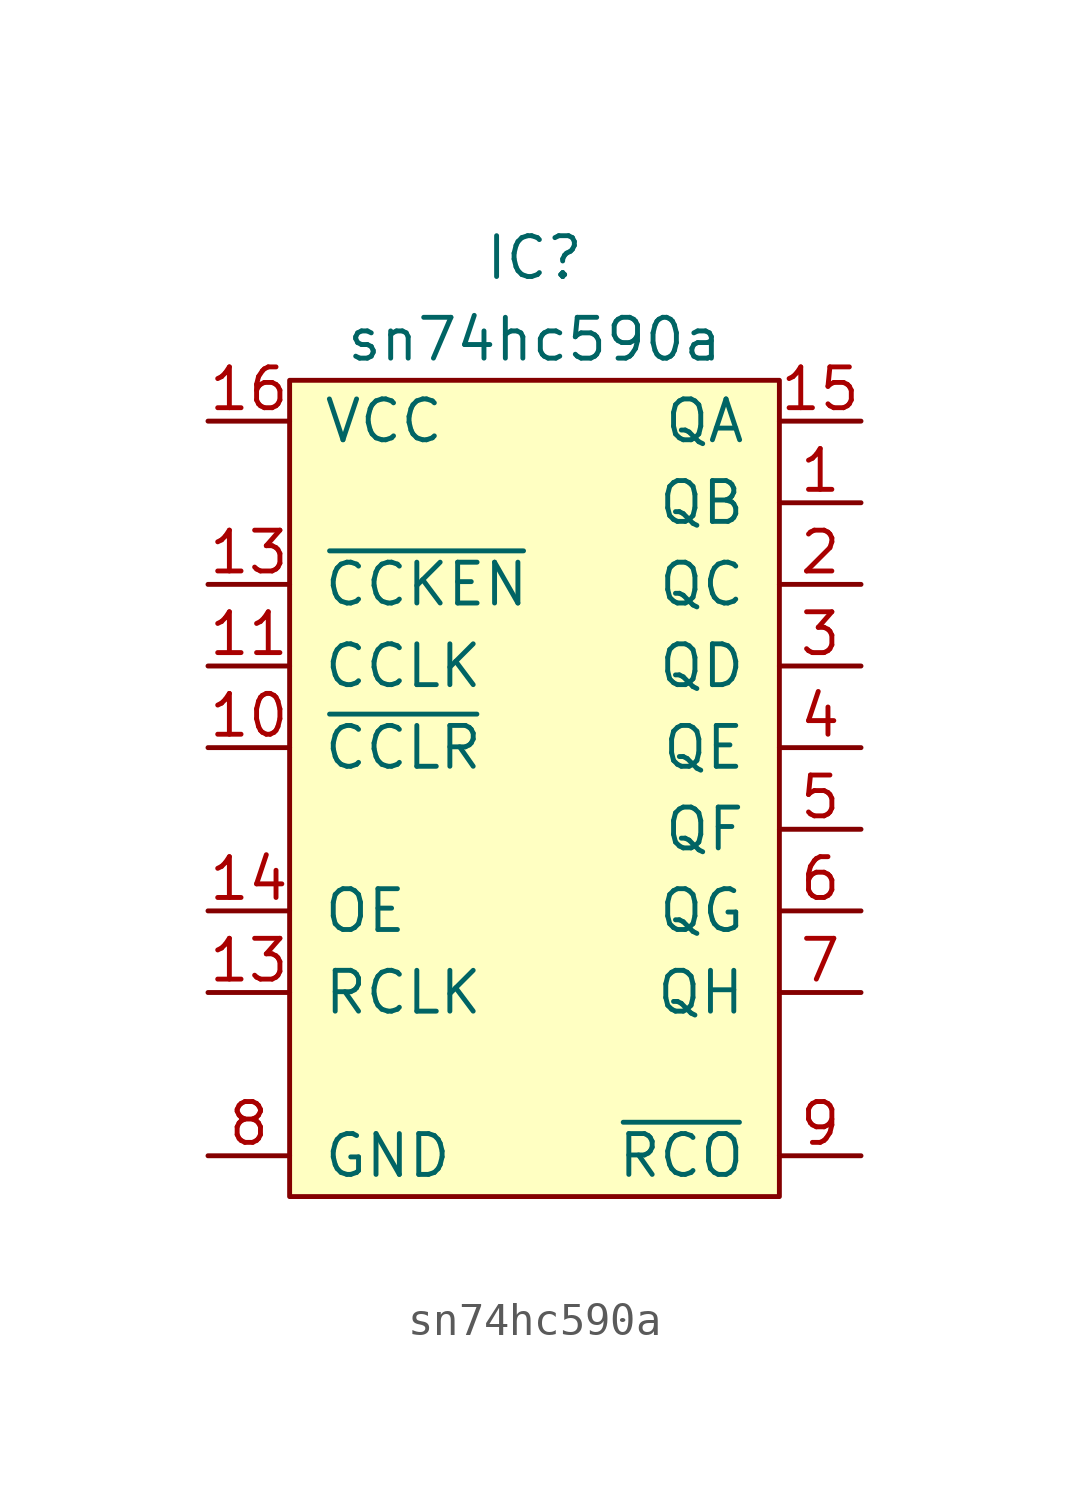
<source format=kicad_sym>
(kicad_symbol_lib
  (version 20211014)
  (generator kicad_symbol_editor)
  (symbol "sn74hc590a"
    (pin_names
      (offset 1.016))
    (property "Reference" "IC"
      (at 0 15.24 0)
      (effects (font (size 1.27 1.27))))
    (property "Value" "sn74hc590a"
      (at 0 12.7 0)
      (effects (font (size 1.27 1.27))))
    (symbol "sn74hc590a_0_1"
      (rectangle (start -7.62 11.43) (end 7.62 -13.97) (stroke (width 0) (type default) (color 0 0 0 0)) (fill (type background))))
    (symbol "sn74hc590a_1_1"
      (pin output line (at 10.16 7.62 180) (length 2.54) (name "QB" (effects (font (size 1.27 1.27)))) (number "1" (effects (font (size 1.27 1.27)))))
      (pin input line (at -10.16 0 0) (length 2.54) (name "~{CCLR}" (effects (font (size 1.27 1.27)))) (number "10" (effects (font (size 1.27 1.27)))))
      (pin input line (at -10.16 2.54 0) (length 2.54) (name "CCLK" (effects (font (size 1.27 1.27)))) (number "11" (effects (font (size 1.27 1.27)))))
      (pin input line (at -10.16 -7.62 0) (length 2.54) (name "RCLK" (effects (font (size 1.27 1.27)))) (number "13" (effects (font (size 1.27 1.27)))))
      (pin input line (at -10.16 5.08 0) (length 2.54) (name "~{CCKEN}" (effects (font (size 1.27 1.27)))) (number "13" (effects (font (size 1.27 1.27)))))
      (pin input line (at -10.16 -5.08 0) (length 2.54) (name "OE" (effects (font (size 1.27 1.27)))) (number "14" (effects (font (size 1.27 1.27)))))
      (pin output line (at 10.16 10.16 180) (length 2.54) (name "QA" (effects (font (size 1.27 1.27)))) (number "15" (effects (font (size 1.27 1.27)))))
      (pin power_in line (at -10.16 10.16 0) (length 2.54) (name "VCC" (effects (font (size 1.27 1.27)))) (number "16" (effects (font (size 1.27 1.27)))))
      (pin output line (at 10.16 5.08 180) (length 2.54) (name "QC" (effects (font (size 1.27 1.27)))) (number "2" (effects (font (size 1.27 1.27)))))
      (pin output line (at 10.16 2.54 180) (length 2.54) (name "QD" (effects (font (size 1.27 1.27)))) (number "3" (effects (font (size 1.27 1.27)))))
      (pin output line (at 10.16 0 180) (length 2.54) (name "QE" (effects (font (size 1.27 1.27)))) (number "4" (effects (font (size 1.27 1.27)))))
      (pin output line (at 10.16 -2.54 180) (length 2.54) (name "QF" (effects (font (size 1.27 1.27)))) (number "5" (effects (font (size 1.27 1.27)))))
      (pin output line (at 10.16 -5.08 180) (length 2.54) (name "QG" (effects (font (size 1.27 1.27)))) (number "6" (effects (font (size 1.27 1.27)))))
      (pin output line (at 10.16 -7.62 180) (length 2.54) (name "QH" (effects (font (size 1.27 1.27)))) (number "7" (effects (font (size 1.27 1.27)))))
      (pin power_in line (at -10.16 -12.7 0) (length 2.54) (name "GND" (effects (font (size 1.27 1.27)))) (number "8" (effects (font (size 1.27 1.27)))))
      (pin output line (at 10.16 -12.7 180) (length 2.54) (name "~{RCO}" (effects (font (size 1.27 1.27)))) (number "9" (effects (font (size 1.27 1.27))))))))
</source>
